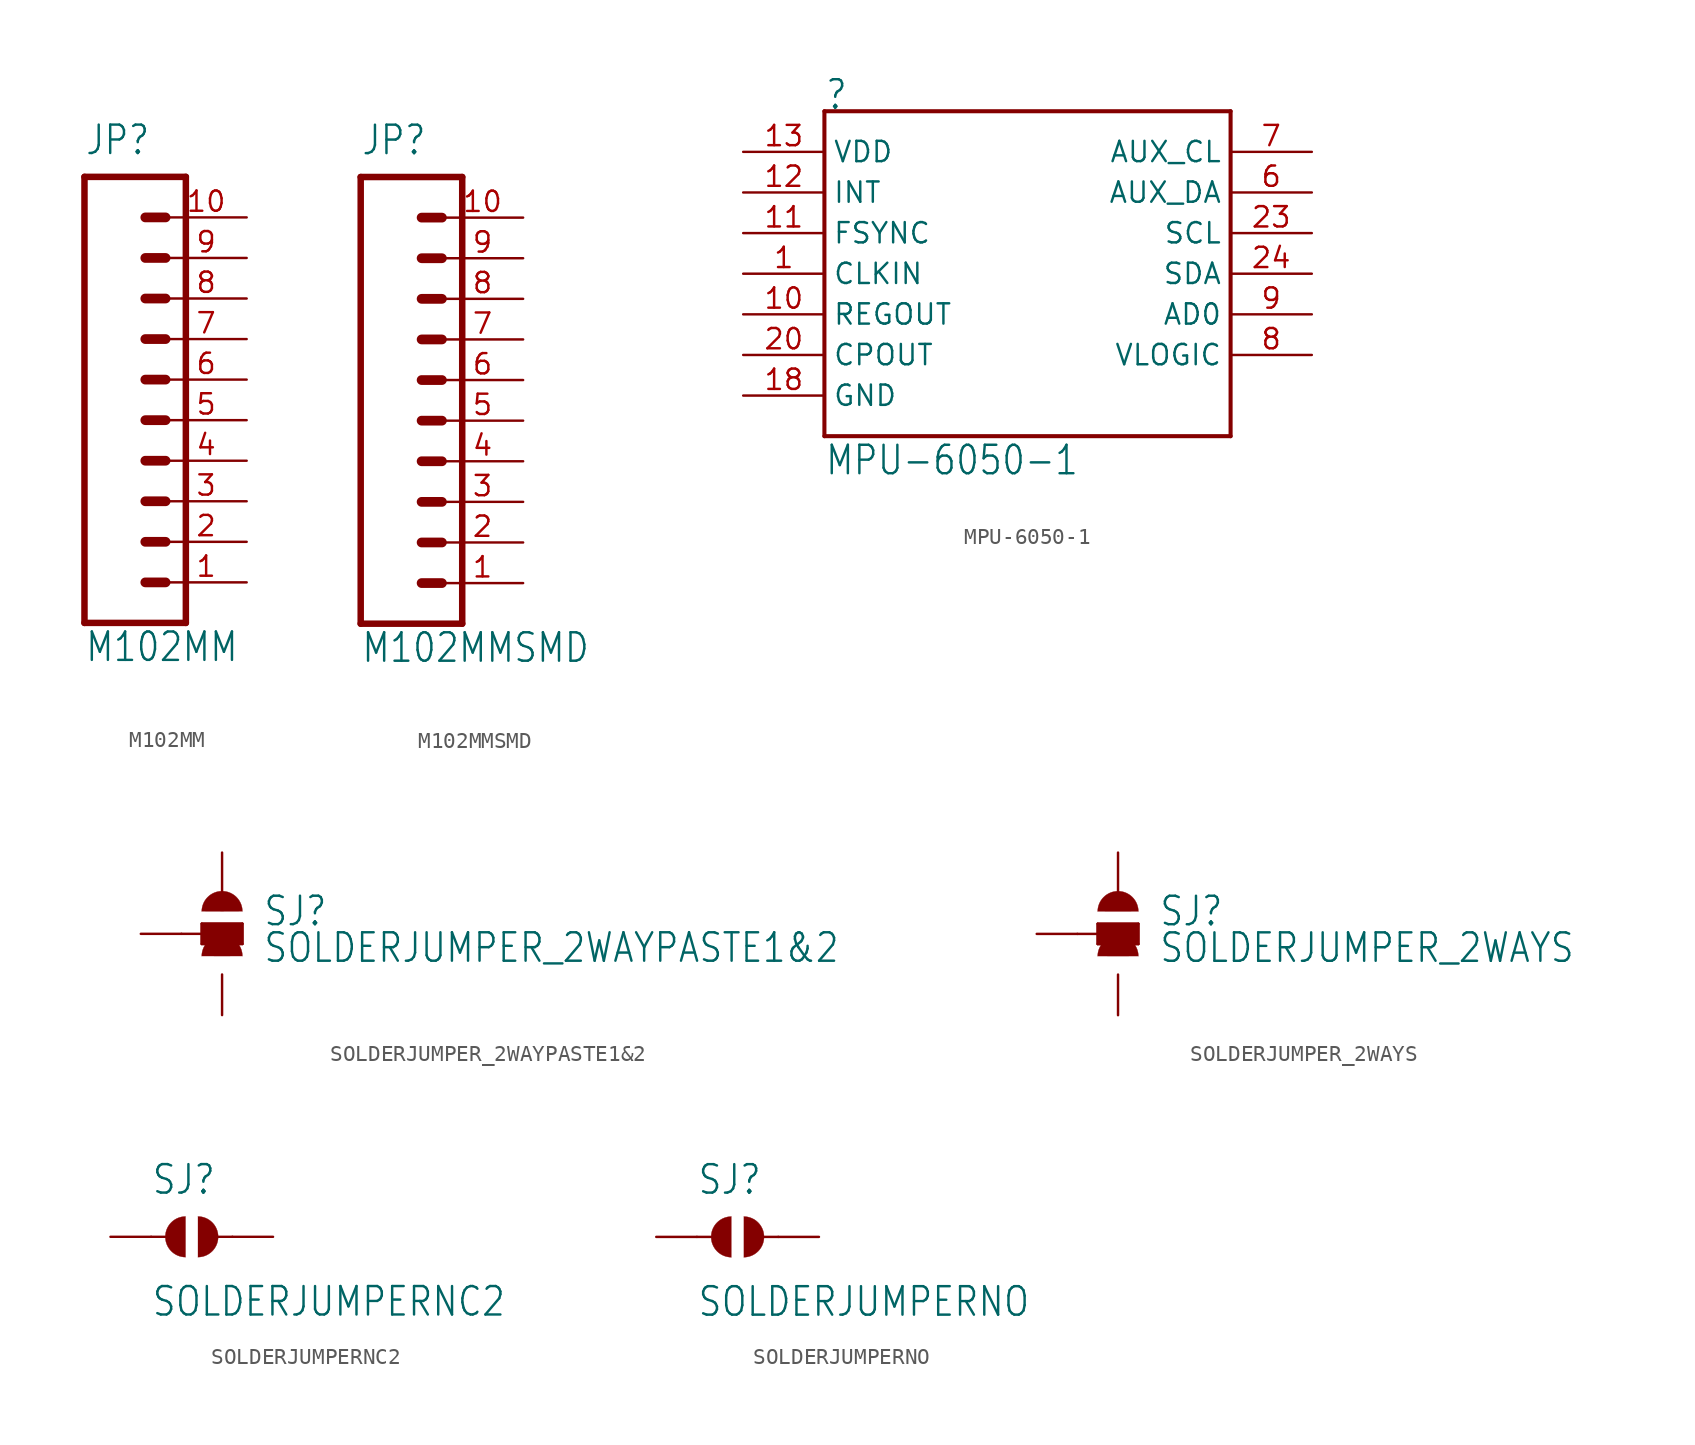
<source format=kicad_sym>
(kicad_symbol_lib
  (version 20211014)
  (generator kicad_symbol_editor)
  (symbol "M102MM"
    (property "Reference" "JP"
      (at 0 8.89 0)
      (effects (font (size 1.778 1.511)) (justify left bottom)))
    (property "Value" "M102MM"
      (at 0 -22.86 0)
      (effects (font (size 1.778 1.511)) (justify left bottom)))
    (property "ki_locked" ""
      (at 0 0 0)
      (effects (font (size 1.27 1.27))))
    (symbol "M102MM_1_0"
      (polyline (pts (xy 0 7.62) (xy 0 -20.32)) (stroke (width 0.406) (type default) (color 0 0 0 0)) (fill (type none)))
      (polyline (pts (xy 0 7.62) (xy 6.35 7.62)) (stroke (width 0.406) (type default) (color 0 0 0 0)) (fill (type none)))
      (polyline (pts (xy 3.81 -17.78) (xy 5.08 -17.78)) (stroke (width 0.61) (type default) (color 0 0 0 0)) (fill (type none)))
      (polyline (pts (xy 3.81 -15.24) (xy 5.08 -15.24)) (stroke (width 0.61) (type default) (color 0 0 0 0)) (fill (type none)))
      (polyline (pts (xy 3.81 -12.7) (xy 5.08 -12.7)) (stroke (width 0.61) (type default) (color 0 0 0 0)) (fill (type none)))
      (polyline (pts (xy 3.81 -10.16) (xy 5.08 -10.16)) (stroke (width 0.61) (type default) (color 0 0 0 0)) (fill (type none)))
      (polyline (pts (xy 3.81 -7.62) (xy 5.08 -7.62)) (stroke (width 0.61) (type default) (color 0 0 0 0)) (fill (type none)))
      (polyline (pts (xy 3.81 -5.08) (xy 5.08 -5.08)) (stroke (width 0.61) (type default) (color 0 0 0 0)) (fill (type none)))
      (polyline (pts (xy 3.81 -2.54) (xy 5.08 -2.54)) (stroke (width 0.61) (type default) (color 0 0 0 0)) (fill (type none)))
      (polyline (pts (xy 3.81 0) (xy 5.08 0)) (stroke (width 0.61) (type default) (color 0 0 0 0)) (fill (type none)))
      (polyline (pts (xy 3.81 2.54) (xy 5.08 2.54)) (stroke (width 0.61) (type default) (color 0 0 0 0)) (fill (type none)))
      (polyline (pts (xy 3.81 5.08) (xy 5.08 5.08)) (stroke (width 0.61) (type default) (color 0 0 0 0)) (fill (type none)))
      (polyline (pts (xy 6.35 -20.32) (xy 0 -20.32)) (stroke (width 0.406) (type default) (color 0 0 0 0)) (fill (type none)))
      (polyline (pts (xy 6.35 -20.32) (xy 6.35 7.62)) (stroke (width 0.406) (type default) (color 0 0 0 0)) (fill (type none)))
      (pin passive line (at 10.16 -17.78 180) (length 5.08) (name "1" (effects (font (size 0 0)))) (number "1" (effects (font (size 1.27 1.27)))))
      (pin passive line (at 10.16 5.08 180) (length 5.08) (name "10" (effects (font (size 0 0)))) (number "10" (effects (font (size 1.27 1.27)))))
      (pin passive line (at 10.16 -15.24 180) (length 5.08) (name "2" (effects (font (size 0 0)))) (number "2" (effects (font (size 1.27 1.27)))))
      (pin passive line (at 10.16 -12.7 180) (length 5.08) (name "3" (effects (font (size 0 0)))) (number "3" (effects (font (size 1.27 1.27)))))
      (pin passive line (at 10.16 -10.16 180) (length 5.08) (name "4" (effects (font (size 0 0)))) (number "4" (effects (font (size 1.27 1.27)))))
      (pin passive line (at 10.16 -7.62 180) (length 5.08) (name "5" (effects (font (size 0 0)))) (number "5" (effects (font (size 1.27 1.27)))))
      (pin passive line (at 10.16 -5.08 180) (length 5.08) (name "6" (effects (font (size 0 0)))) (number "6" (effects (font (size 1.27 1.27)))))
      (pin passive line (at 10.16 -2.54 180) (length 5.08) (name "7" (effects (font (size 0 0)))) (number "7" (effects (font (size 1.27 1.27)))))
      (pin passive line (at 10.16 0 180) (length 5.08) (name "8" (effects (font (size 0 0)))) (number "8" (effects (font (size 1.27 1.27)))))
      (pin passive line (at 10.16 2.54 180) (length 5.08) (name "9" (effects (font (size 0 0)))) (number "9" (effects (font (size 1.27 1.27)))))))
  (symbol "M102MMSMD"
    (property "Reference" "JP"
      (at 0 8.89 0)
      (effects (font (size 1.778 1.511)) (justify left bottom)))
    (property "Value" "M102MMSMD"
      (at 0 -22.86 0)
      (effects (font (size 1.778 1.511)) (justify left bottom)))
    (property "ki_locked" ""
      (at 0 0 0)
      (effects (font (size 1.27 1.27))))
    (symbol "M102MMSMD_1_0"
      (polyline (pts (xy 0 7.62) (xy 0 -20.32)) (stroke (width 0.406) (type default) (color 0 0 0 0)) (fill (type none)))
      (polyline (pts (xy 0 7.62) (xy 6.35 7.62)) (stroke (width 0.406) (type default) (color 0 0 0 0)) (fill (type none)))
      (polyline (pts (xy 3.81 -17.78) (xy 5.08 -17.78)) (stroke (width 0.61) (type default) (color 0 0 0 0)) (fill (type none)))
      (polyline (pts (xy 3.81 -15.24) (xy 5.08 -15.24)) (stroke (width 0.61) (type default) (color 0 0 0 0)) (fill (type none)))
      (polyline (pts (xy 3.81 -12.7) (xy 5.08 -12.7)) (stroke (width 0.61) (type default) (color 0 0 0 0)) (fill (type none)))
      (polyline (pts (xy 3.81 -10.16) (xy 5.08 -10.16)) (stroke (width 0.61) (type default) (color 0 0 0 0)) (fill (type none)))
      (polyline (pts (xy 3.81 -7.62) (xy 5.08 -7.62)) (stroke (width 0.61) (type default) (color 0 0 0 0)) (fill (type none)))
      (polyline (pts (xy 3.81 -5.08) (xy 5.08 -5.08)) (stroke (width 0.61) (type default) (color 0 0 0 0)) (fill (type none)))
      (polyline (pts (xy 3.81 -2.54) (xy 5.08 -2.54)) (stroke (width 0.61) (type default) (color 0 0 0 0)) (fill (type none)))
      (polyline (pts (xy 3.81 0) (xy 5.08 0)) (stroke (width 0.61) (type default) (color 0 0 0 0)) (fill (type none)))
      (polyline (pts (xy 3.81 2.54) (xy 5.08 2.54)) (stroke (width 0.61) (type default) (color 0 0 0 0)) (fill (type none)))
      (polyline (pts (xy 3.81 5.08) (xy 5.08 5.08)) (stroke (width 0.61) (type default) (color 0 0 0 0)) (fill (type none)))
      (polyline (pts (xy 6.35 -20.32) (xy 0 -20.32)) (stroke (width 0.406) (type default) (color 0 0 0 0)) (fill (type none)))
      (polyline (pts (xy 6.35 -20.32) (xy 6.35 7.62)) (stroke (width 0.406) (type default) (color 0 0 0 0)) (fill (type none)))
      (pin passive line (at 10.16 -17.78 180) (length 5.08) (name "1" (effects (font (size 0 0)))) (number "1" (effects (font (size 1.27 1.27)))))
      (pin passive line (at 10.16 5.08 180) (length 5.08) (name "10" (effects (font (size 0 0)))) (number "10" (effects (font (size 1.27 1.27)))))
      (pin passive line (at 10.16 -15.24 180) (length 5.08) (name "2" (effects (font (size 0 0)))) (number "2" (effects (font (size 1.27 1.27)))))
      (pin passive line (at 10.16 -12.7 180) (length 5.08) (name "3" (effects (font (size 0 0)))) (number "3" (effects (font (size 1.27 1.27)))))
      (pin passive line (at 10.16 -10.16 180) (length 5.08) (name "4" (effects (font (size 0 0)))) (number "4" (effects (font (size 1.27 1.27)))))
      (pin passive line (at 10.16 -7.62 180) (length 5.08) (name "5" (effects (font (size 0 0)))) (number "5" (effects (font (size 1.27 1.27)))))
      (pin passive line (at 10.16 -5.08 180) (length 5.08) (name "6" (effects (font (size 0 0)))) (number "6" (effects (font (size 1.27 1.27)))))
      (pin passive line (at 10.16 -2.54 180) (length 5.08) (name "7" (effects (font (size 0 0)))) (number "7" (effects (font (size 1.27 1.27)))))
      (pin passive line (at 10.16 0 180) (length 5.08) (name "8" (effects (font (size 0 0)))) (number "8" (effects (font (size 1.27 1.27)))))
      (pin passive line (at 10.16 2.54 180) (length 5.08) (name "9" (effects (font (size 0 0)))) (number "9" (effects (font (size 1.27 1.27)))))))
  (symbol "MPU-6050-1"
    (property "Reference" ""
      (at -12.7 10.16 0)
      (effects (font (size 1.778 1.511)) (justify left bottom)))
    (property "Value" "MPU-6050-1"
      (at -12.7 -12.7 0)
      (effects (font (size 1.778 1.511)) (justify left bottom)))
    (property "ki_locked" ""
      (at 0 0 0)
      (effects (font (size 1.27 1.27))))
    (symbol "MPU-6050-1_1_0"
      (polyline (pts (xy -12.7 -10.16) (xy 12.7 -10.16)) (stroke (width 0.254) (type default) (color 0 0 0 0)) (fill (type none)))
      (polyline (pts (xy -12.7 10.16) (xy -12.7 -10.16)) (stroke (width 0.254) (type default) (color 0 0 0 0)) (fill (type none)))
      (polyline (pts (xy 12.7 -10.16) (xy 12.7 10.16)) (stroke (width 0.254) (type default) (color 0 0 0 0)) (fill (type none)))
      (polyline (pts (xy 12.7 10.16) (xy -12.7 10.16)) (stroke (width 0.254) (type default) (color 0 0 0 0)) (fill (type none)))
      (pin bidirectional line (at -17.78 0 0) (length 5.08) (name "CLKIN" (effects (font (size 1.27 1.27)))) (number "1" (effects (font (size 1.27 1.27)))))
      (pin bidirectional line (at -17.78 -2.54 0) (length 5.08) (name "REGOUT" (effects (font (size 1.27 1.27)))) (number "10" (effects (font (size 1.27 1.27)))))
      (pin bidirectional line (at -17.78 2.54 0) (length 5.08) (name "FSYNC" (effects (font (size 1.27 1.27)))) (number "11" (effects (font (size 1.27 1.27)))))
      (pin bidirectional line (at -17.78 5.08 0) (length 5.08) (name "INT" (effects (font (size 1.27 1.27)))) (number "12" (effects (font (size 1.27 1.27)))))
      (pin bidirectional line (at -17.78 7.62 0) (length 5.08) (name "VDD" (effects (font (size 1.27 1.27)))) (number "13" (effects (font (size 1.27 1.27)))))
      (pin bidirectional line (at -17.78 -7.62 0) (length 5.08) (name "GND" (effects (font (size 1.27 1.27)))) (number "18" (effects (font (size 1.27 1.27)))))
      (pin bidirectional line (at -17.78 -5.08 0) (length 5.08) (name "CPOUT" (effects (font (size 1.27 1.27)))) (number "20" (effects (font (size 1.27 1.27)))))
      (pin bidirectional line (at 17.78 2.54 180) (length 5.08) (name "SCL" (effects (font (size 1.27 1.27)))) (number "23" (effects (font (size 1.27 1.27)))))
      (pin bidirectional line (at 17.78 0 180) (length 5.08) (name "SDA" (effects (font (size 1.27 1.27)))) (number "24" (effects (font (size 1.27 1.27)))))
      (pin bidirectional line (at 17.78 5.08 180) (length 5.08) (name "AUX_DA" (effects (font (size 1.27 1.27)))) (number "6" (effects (font (size 1.27 1.27)))))
      (pin bidirectional line (at 17.78 7.62 180) (length 5.08) (name "AUX_CL" (effects (font (size 1.27 1.27)))) (number "7" (effects (font (size 1.27 1.27)))))
      (pin bidirectional line (at 17.78 -5.08 180) (length 5.08) (name "VLOGIC" (effects (font (size 1.27 1.27)))) (number "8" (effects (font (size 1.27 1.27)))))
      (pin bidirectional line (at 17.78 -2.54 180) (length 5.08) (name "AD0" (effects (font (size 1.27 1.27)))) (number "9" (effects (font (size 1.27 1.27)))))))
  (symbol "SOLDERJUMPER_2WAYPASTE1&2"
    (property "Reference" "SJ"
      (at 2.54 0.381 0)
      (effects (font (size 1.778 1.511)) (justify left bottom)))
    (property "Value" "SOLDERJUMPER_2WAYPASTE1&2"
      (at 2.54 -1.905 0)
      (effects (font (size 1.778 1.511)) (justify left bottom)))
    (property "ki_locked" ""
      (at 0 0 0)
      (effects (font (size 1.27 1.27))))
    (symbol "SOLDERJUMPER_2WAYPASTE1&2_1_0"
      (rectangle (start -1.27 -0.635) (end 1.27 0.635) (stroke (width 0) (type default) (color 0 0 0 0)) (fill (type outline)))
      (polyline (pts (xy -2.54 0) (xy -1.27 0)) (stroke (width 0.152) (type default) (color 0 0 0 0)) (fill (type none)))
      (polyline (pts (xy -1.27 -0.635) (xy -1.27 0)) (stroke (width 0.152) (type default) (color 0 0 0 0)) (fill (type none)))
      (polyline (pts (xy -1.27 0) (xy -1.27 0.635)) (stroke (width 0.152) (type default) (color 0 0 0 0)) (fill (type none)))
      (polyline (pts (xy -1.27 0.635) (xy 1.27 0.635)) (stroke (width 0.152) (type default) (color 0 0 0 0)) (fill (type none)))
      (polyline (pts (xy 1.27 -0.635) (xy -1.27 -0.635)) (stroke (width 0.152) (type default) (color 0 0 0 0)) (fill (type none)))
      (polyline (pts (xy 1.27 0.635) (xy 1.27 -0.635)) (stroke (width 0.152) (type default) (color 0 0 0 0)) (fill (type none)))
      (arc (start 1.27 -1.397) (mid 0 -0.127) (end -1.27 -1.397) (stroke (width 0.0001) (type default) (color 0 0 0 0)) (fill (type outline)))
      (arc (start 1.27 1.397) (mid 0 2.667) (end -1.27 1.397) (stroke (width 0.0001) (type default) (color 0 0 0 0)) (fill (type outline)))
      (pin passive line (at 0 5.08 270) (length 2.54) (name "1" (effects (font (size 0 0)))) (number "1" (effects (font (size 0 0)))))
      (pin passive line (at -5.08 0 0) (length 2.54) (name "2" (effects (font (size 0 0)))) (number "2" (effects (font (size 0 0)))))
      (pin passive line (at 0 -5.08 90) (length 2.54) (name "3" (effects (font (size 0 0)))) (number "3" (effects (font (size 0 0)))))))
  (symbol "SOLDERJUMPER_2WAYS"
    (property "Reference" "SJ"
      (at 2.54 0.381 0)
      (effects (font (size 1.778 1.511)) (justify left bottom)))
    (property "Value" "SOLDERJUMPER_2WAYS"
      (at 2.54 -1.905 0)
      (effects (font (size 1.778 1.511)) (justify left bottom)))
    (property "ki_locked" ""
      (at 0 0 0)
      (effects (font (size 1.27 1.27))))
    (symbol "SOLDERJUMPER_2WAYS_1_0"
      (rectangle (start -1.27 -0.635) (end 1.27 0.635) (stroke (width 0) (type default) (color 0 0 0 0)) (fill (type outline)))
      (polyline (pts (xy -2.54 0) (xy -1.27 0)) (stroke (width 0.152) (type default) (color 0 0 0 0)) (fill (type none)))
      (polyline (pts (xy -1.27 -0.635) (xy -1.27 0)) (stroke (width 0.152) (type default) (color 0 0 0 0)) (fill (type none)))
      (polyline (pts (xy -1.27 0) (xy -1.27 0.635)) (stroke (width 0.152) (type default) (color 0 0 0 0)) (fill (type none)))
      (polyline (pts (xy -1.27 0.635) (xy 1.27 0.635)) (stroke (width 0.152) (type default) (color 0 0 0 0)) (fill (type none)))
      (polyline (pts (xy 1.27 -0.635) (xy -1.27 -0.635)) (stroke (width 0.152) (type default) (color 0 0 0 0)) (fill (type none)))
      (polyline (pts (xy 1.27 0.635) (xy 1.27 -0.635)) (stroke (width 0.152) (type default) (color 0 0 0 0)) (fill (type none)))
      (arc (start 1.27 -1.397) (mid 0 -0.127) (end -1.27 -1.397) (stroke (width 0.0001) (type default) (color 0 0 0 0)) (fill (type outline)))
      (arc (start 1.27 1.397) (mid 0 2.667) (end -1.27 1.397) (stroke (width 0.0001) (type default) (color 0 0 0 0)) (fill (type outline)))
      (pin passive line (at 0 5.08 270) (length 2.54) (name "1" (effects (font (size 0 0)))) (number "1" (effects (font (size 0 0)))))
      (pin passive line (at -5.08 0 0) (length 2.54) (name "2" (effects (font (size 0 0)))) (number "2" (effects (font (size 0 0)))))
      (pin passive line (at 0 -5.08 90) (length 2.54) (name "3" (effects (font (size 0 0)))) (number "3" (effects (font (size 0 0)))))))
  (symbol "SOLDERJUMPERNC2"
    (property "Reference" "SJ"
      (at -2.54 2.54 0)
      (effects (font (size 1.778 1.511)) (justify left bottom)))
    (property "Value" "SOLDERJUMPERNC2"
      (at -2.54 -5.08 0)
      (effects (font (size 1.778 1.511)) (justify left bottom)))
    (property "ki_locked" ""
      (at 0 0 0)
      (effects (font (size 1.27 1.27))))
    (symbol "SOLDERJUMPERNC2_1_0"
      (arc (start -0.381 1.2699) (mid -1.6508 0) (end -0.381 -1.2699) (stroke (width 0.0001) (type default) (color 0 0 0 0)) (fill (type outline)))
      (polyline (pts (xy -2.54 0) (xy -1.651 0)) (stroke (width 0.152) (type default) (color 0 0 0 0)) (fill (type none)))
      (polyline (pts (xy 2.54 0) (xy 1.651 0)) (stroke (width 0.152) (type default) (color 0 0 0 0)) (fill (type none)))
      (arc (start 0.381 -1.2699) (mid 1.6508 0) (end 0.381 1.2699) (stroke (width 0.0001) (type default) (color 0 0 0 0)) (fill (type outline)))
      (pin passive line (at -5.08 0 0) (length 2.54) (name "1" (effects (font (size 0 0)))) (number "1" (effects (font (size 0 0)))))
      (pin passive line (at 5.08 0 180) (length 2.54) (name "2" (effects (font (size 0 0)))) (number "2" (effects (font (size 0 0)))))))
  (symbol "SOLDERJUMPERNO"
    (property "Reference" "SJ"
      (at -2.54 2.54 0)
      (effects (font (size 1.778 1.511)) (justify left bottom)))
    (property "Value" "SOLDERJUMPERNO"
      (at -2.54 -5.08 0)
      (effects (font (size 1.778 1.511)) (justify left bottom)))
    (property "ki_locked" ""
      (at 0 0 0)
      (effects (font (size 1.27 1.27))))
    (symbol "SOLDERJUMPERNO_1_0"
      (arc (start -0.381 1.2699) (mid -1.6508 0) (end -0.381 -1.2699) (stroke (width 0.0001) (type default) (color 0 0 0 0)) (fill (type outline)))
      (polyline (pts (xy -2.54 0) (xy -1.651 0)) (stroke (width 0.152) (type default) (color 0 0 0 0)) (fill (type none)))
      (polyline (pts (xy 2.54 0) (xy 1.651 0)) (stroke (width 0.152) (type default) (color 0 0 0 0)) (fill (type none)))
      (arc (start 0.381 -1.2699) (mid 1.6508 0) (end 0.381 1.2699) (stroke (width 0.0001) (type default) (color 0 0 0 0)) (fill (type outline)))
      (pin passive line (at -5.08 0 0) (length 2.54) (name "1" (effects (font (size 0 0)))) (number "1" (effects (font (size 0 0)))))
      (pin passive line (at 5.08 0 180) (length 2.54) (name "2" (effects (font (size 0 0)))) (number "2" (effects (font (size 0 0))))))))
</source>
